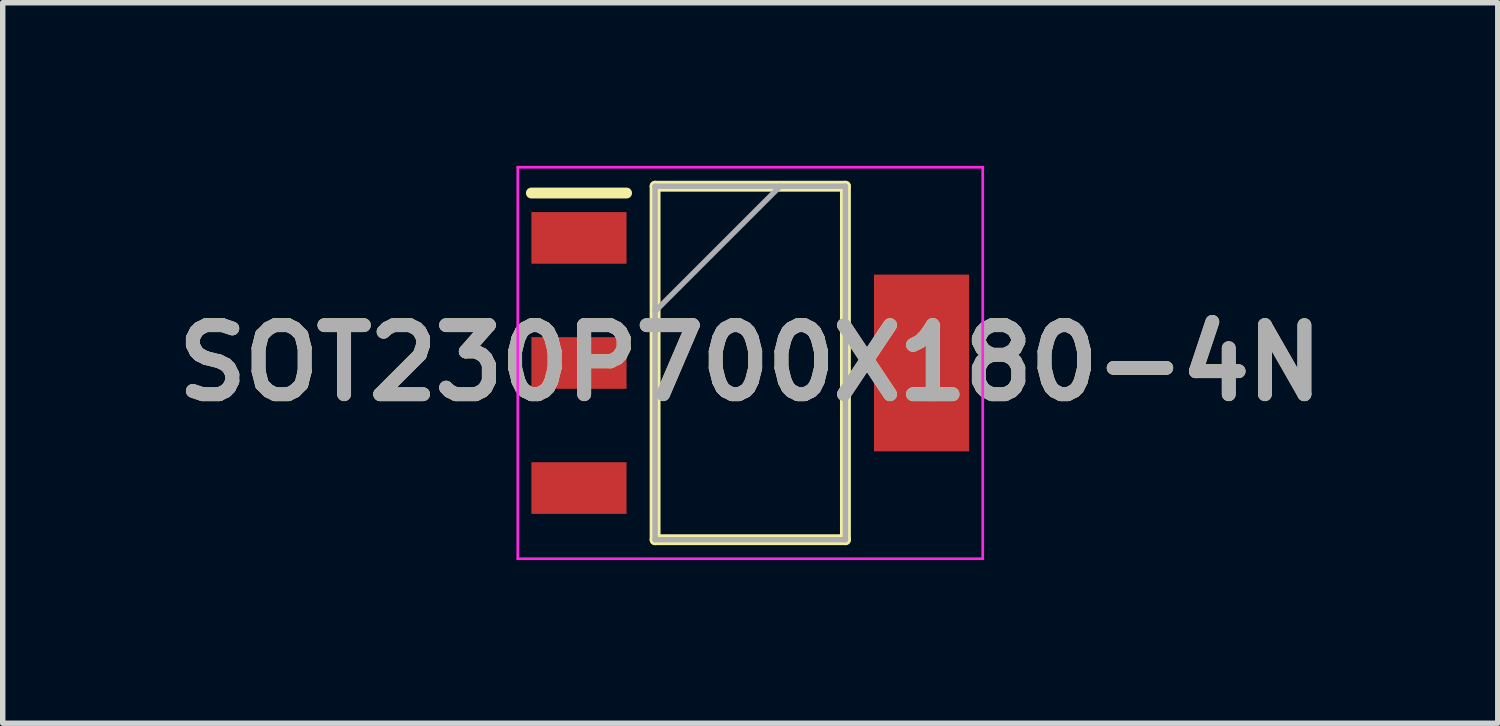
<source format=kicad_pcb>
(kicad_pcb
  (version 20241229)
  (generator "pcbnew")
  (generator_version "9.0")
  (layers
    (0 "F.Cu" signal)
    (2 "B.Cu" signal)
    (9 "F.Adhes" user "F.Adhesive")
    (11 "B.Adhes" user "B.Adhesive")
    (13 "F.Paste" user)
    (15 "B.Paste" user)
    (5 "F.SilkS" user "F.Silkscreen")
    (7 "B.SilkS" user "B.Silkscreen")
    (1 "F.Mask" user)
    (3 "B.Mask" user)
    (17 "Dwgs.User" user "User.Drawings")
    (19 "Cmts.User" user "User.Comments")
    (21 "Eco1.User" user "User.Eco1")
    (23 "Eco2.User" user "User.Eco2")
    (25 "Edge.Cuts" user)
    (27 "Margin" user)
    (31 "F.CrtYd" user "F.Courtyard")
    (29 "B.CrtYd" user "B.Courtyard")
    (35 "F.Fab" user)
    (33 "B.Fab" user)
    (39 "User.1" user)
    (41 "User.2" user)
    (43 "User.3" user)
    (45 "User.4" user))
  (footprint "SOT230P700X180-4N"
    (layer "F.Cu")
    (at 10.747 3.625)
    (property "Reference" "SOT230P700X180-4N" (at 0 0 0) (layer "F.SilkS") (effects (font (size 1.27 1.27) (thickness 0.254))))
    (attr smd)
    (fp_line (start -4.025 -3.125) (end -2.275 -3.125) (stroke (width 0.2) (type solid)) (layer "F.SilkS"))
    (fp_line (start -1.75 -3.25) (end 1.75 -3.25) (stroke (width 0.2) (type solid)) (layer "F.SilkS"))
    (fp_line (start -1.75 3.25) (end -1.75 -3.25) (stroke (width 0.2) (type solid)) (layer "F.SilkS"))
    (fp_line (start 1.75 -3.25) (end 1.75 3.25) (stroke (width 0.2) (type solid)) (layer "F.SilkS"))
    (fp_line (start 1.75 3.25) (end -1.75 3.25) (stroke (width 0.2) (type solid)) (layer "F.SilkS"))
    (fp_line (start -4.275 -3.6) (end 4.275 -3.6) (stroke (width 0.05) (type solid)) (layer "F.CrtYd"))
    (fp_line (start -4.275 3.6) (end -4.275 -3.6) (stroke (width 0.05) (type solid)) (layer "F.CrtYd"))
    (fp_line (start 4.275 -3.6) (end 4.275 3.6) (stroke (width 0.05) (type solid)) (layer "F.CrtYd"))
    (fp_line (start 4.275 3.6) (end -4.275 3.6) (stroke (width 0.05) (type solid)) (layer "F.CrtYd"))
    (fp_line (start -1.75 -3.25) (end 1.75 -3.25) (stroke (width 0.1) (type solid)) (layer "F.Fab"))
    (fp_line (start -1.75 -0.95) (end 0.55 -3.25) (stroke (width 0.1) (type solid)) (layer "F.Fab"))
    (fp_line (start -1.75 3.25) (end -1.75 -3.25) (stroke (width 0.1) (type solid)) (layer "F.Fab"))
    (fp_line (start 1.75 -3.25) (end 1.75 3.25) (stroke (width 0.1) (type solid)) (layer "F.Fab"))
    (fp_line (start 1.75 3.25) (end -1.75 3.25) (stroke (width 0.1) (type solid)) (layer "F.Fab"))
    (fp_text user "${REFERENCE}" (at 0 0 0) (layer "F.Fab") (effects (font (size 1.27 1.27) (thickness 0.254))))
    (pad "1" smd rect (at -3.15 -2.3 90) (size 0.95 1.75) (layers "F.Cu" "F.Mask" "F.Paste"))
    (pad "2" smd rect (at -3.15 0 90) (size 0.95 1.75) (layers "F.Cu" "F.Mask" "F.Paste"))
    (pad "3" smd rect (at -3.15 2.3 90) (size 0.95 1.75) (layers "F.Cu" "F.Mask" "F.Paste"))
    (pad "4" smd rect (at 3.15 0) (size 1.75 3.25) (layers "F.Cu" "F.Mask" "F.Paste")))
  (gr_rect
    (start -3 -3)
    (end 24.493 10.25)
    (stroke (width 0.1) (type default))
    (fill no)
    (layer "Edge.Cuts")))
</source>
